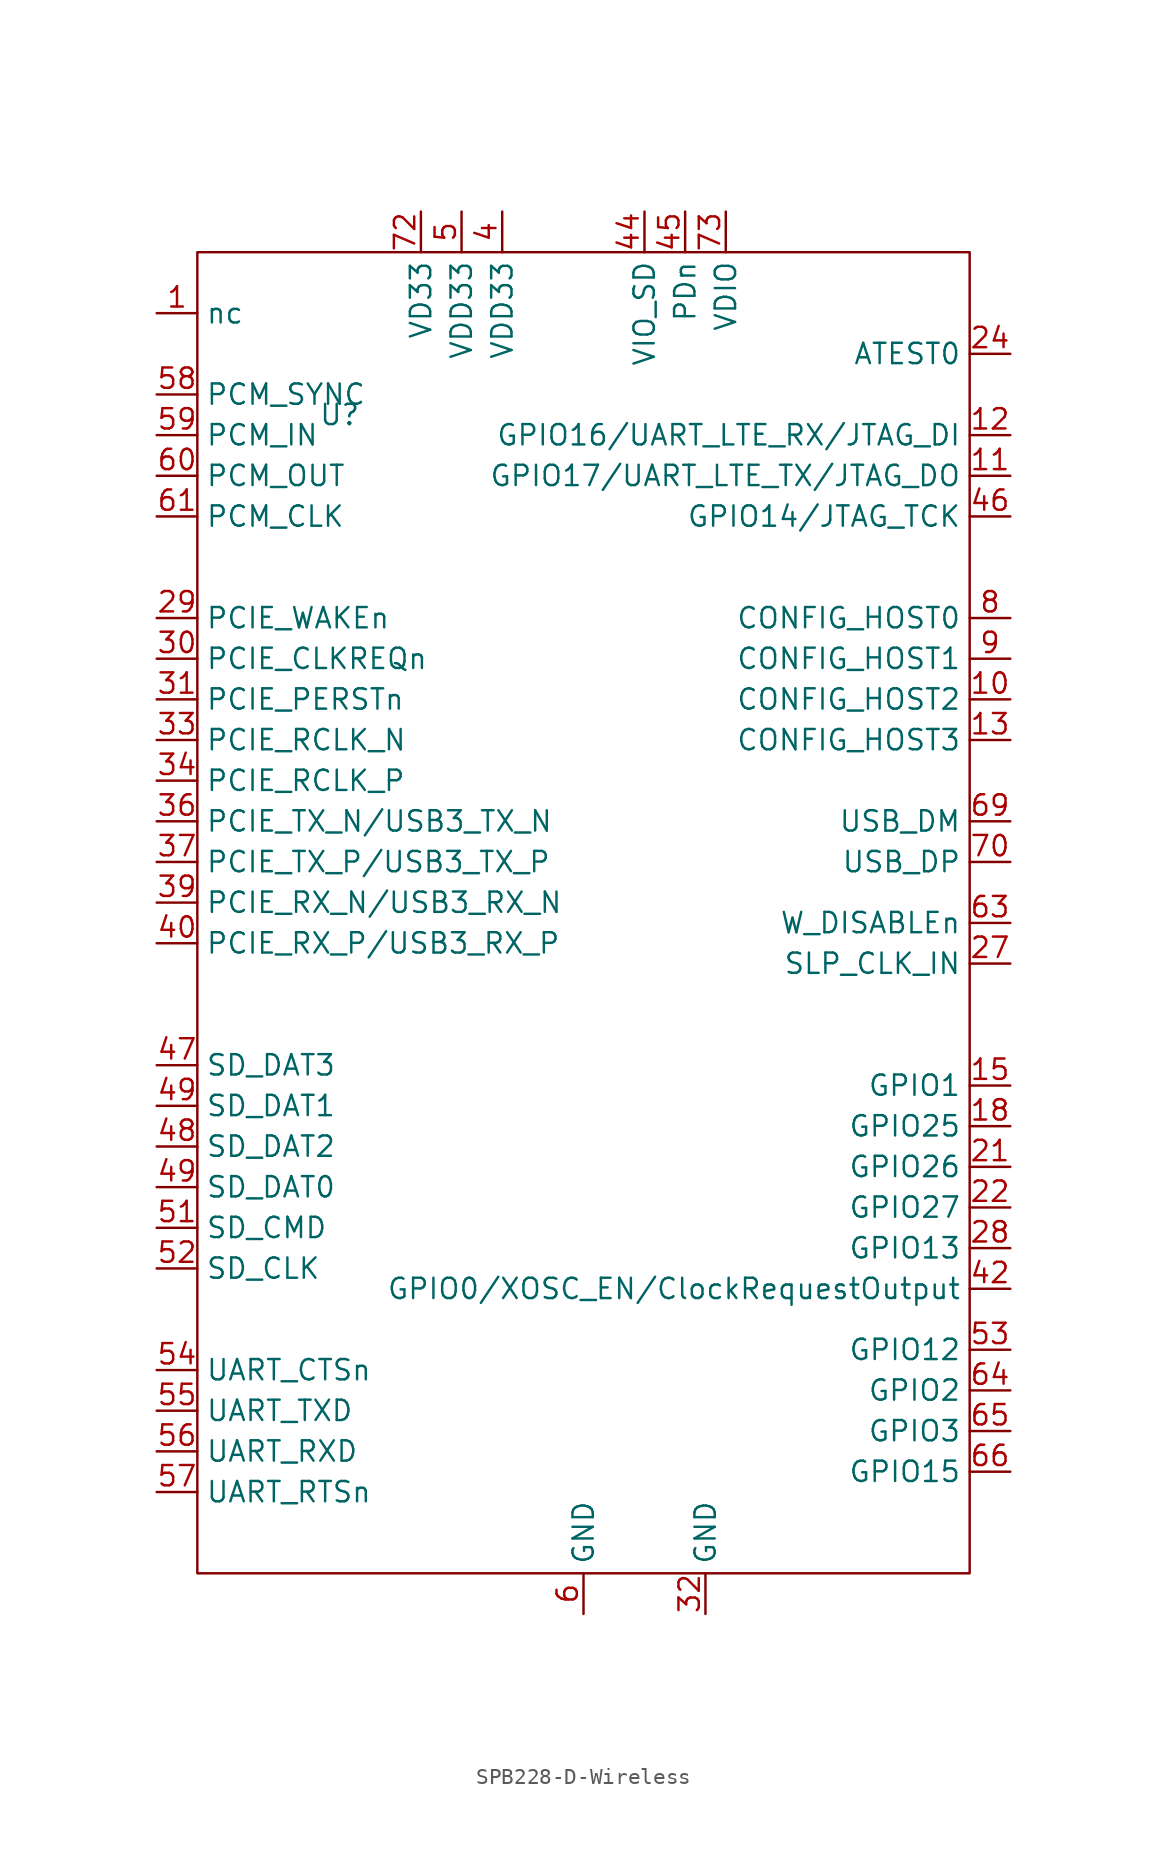
<source format=kicad_sym>
(kicad_symbol_lib
  (version 20231120)
  (generator "kicad_symbol_editor")
  (generator_version "8.0")
  (symbol "SPB228-D-Wireless"
    (property "Reference" "U"
      (at 0 0 0)
      (effects (font (size 1.27 1.27))))
    (property "Value" ""
      (at 0 0 0)
      (effects (font (size 1.27 1.27))))
    (symbol "SPB228-D-Wireless_0_1"
      (rectangle (start -8.89 10.16) (end 39.37 -72.39) (stroke (width 0) (type default)) (fill (type none))))
    (symbol "SPB228-D-Wireless_1_1"
      (pin input line (at -11.43 6.35 0) (length 2.54) (name "nc" (effects (font (size 1.27 1.27)))) (number "1" (effects (font (size 1.27 1.27)))))
      (pin input line (at 41.91 -17.78 180) (length 2.54) (name "CONFIG_HOST2" (effects (font (size 1.27 1.27)))) (number "10" (effects (font (size 1.27 1.27)))))
      (pin input line (at 41.91 -3.81 180) (length 2.54) (name "GPIO17/UART_LTE_TX/JTAG_DO" (effects (font (size 1.27 1.27)))) (number "11" (effects (font (size 1.27 1.27)))))
      (pin input line (at 41.91 -1.27 180) (length 2.54) (name "GPIO16/UART_LTE_RX/JTAG_DI" (effects (font (size 1.27 1.27)))) (number "12" (effects (font (size 1.27 1.27)))))
      (pin input line (at 41.91 -20.32 180) (length 2.54) (name "CONFIG_HOST3" (effects (font (size 1.27 1.27)))) (number "13" (effects (font (size 1.27 1.27)))))
      (pin input line (at -11.43 6.35 0) (length 2.54) hide (name "nc" (effects (font (size 1.27 1.27)))) (number "14" (effects (font (size 1.27 1.27)))))
      (pin input line (at 41.91 -41.91 180) (length 2.54) (name "GPIO1" (effects (font (size 1.27 1.27)))) (number "15" (effects (font (size 1.27 1.27)))))
      (pin input line (at -11.43 6.35 0) (length 2.54) hide (name "nc" (effects (font (size 1.27 1.27)))) (number "16" (effects (font (size 1.27 1.27)))))
      (pin input line (at 15.24 -74.93 90) (length 2.54) hide (name "GND" (effects (font (size 1.27 1.27)))) (number "17" (effects (font (size 1.27 1.27)))))
      (pin input line (at 41.91 -44.45 180) (length 2.54) (name "GPIO25" (effects (font (size 1.27 1.27)))) (number "18" (effects (font (size 1.27 1.27)))))
      (pin input line (at -11.43 6.35 0) (length 2.54) hide (name "nc" (effects (font (size 1.27 1.27)))) (number "19" (effects (font (size 1.27 1.27)))))
      (pin input line (at -11.43 6.35 0) (length 2.54) hide (name "nc" (effects (font (size 1.27 1.27)))) (number "2" (effects (font (size 1.27 1.27)))))
      (pin input line (at 15.24 -74.93 90) (length 2.54) hide (name "GND" (effects (font (size 1.27 1.27)))) (number "20" (effects (font (size 1.27 1.27)))))
      (pin input line (at 41.91 -46.99 180) (length 2.54) (name "GPIO26" (effects (font (size 1.27 1.27)))) (number "21" (effects (font (size 1.27 1.27)))))
      (pin input line (at 41.91 -49.53 180) (length 2.54) (name "GPIO27" (effects (font (size 1.27 1.27)))) (number "22" (effects (font (size 1.27 1.27)))))
      (pin input line (at 15.24 -74.93 90) (length 2.54) hide (name "GND" (effects (font (size 1.27 1.27)))) (number "23" (effects (font (size 1.27 1.27)))))
      (pin input line (at 41.91 3.81 180) (length 2.54) (name "ATEST0" (effects (font (size 1.27 1.27)))) (number "24" (effects (font (size 1.27 1.27)))))
      (pin input line (at -11.43 6.35 0) (length 2.54) hide (name "nc" (effects (font (size 1.27 1.27)))) (number "25" (effects (font (size 1.27 1.27)))))
      (pin input line (at 15.24 -74.93 90) (length 2.54) hide (name "GND" (effects (font (size 1.27 1.27)))) (number "26" (effects (font (size 1.27 1.27)))))
      (pin input line (at 41.91 -34.29 180) (length 2.54) (name "SLP_CLK_IN" (effects (font (size 1.27 1.27)))) (number "27" (effects (font (size 1.27 1.27)))))
      (pin input line (at 41.91 -52.07 180) (length 2.54) (name "GPIO13" (effects (font (size 1.27 1.27)))) (number "28" (effects (font (size 1.27 1.27)))))
      (pin input line (at -11.43 -12.7 0) (length 2.54) (name "PCIE_WAKEn" (effects (font (size 1.27 1.27)))) (number "29" (effects (font (size 1.27 1.27)))))
      (pin input line (at -11.43 6.35 0) (length 2.54) hide (name "nc" (effects (font (size 1.27 1.27)))) (number "3" (effects (font (size 1.27 1.27)))))
      (pin input line (at -11.43 -15.24 0) (length 2.54) (name "PCIE_CLKREQn" (effects (font (size 1.27 1.27)))) (number "30" (effects (font (size 1.27 1.27)))))
      (pin input line (at -11.43 -17.78 0) (length 2.54) (name "PCIE_PERSTn" (effects (font (size 1.27 1.27)))) (number "31" (effects (font (size 1.27 1.27)))))
      (pin input line (at 15.24 -74.93 90) (length 2.54) hide (name "GND" (effects (font (size 1.27 1.27)))) (number "32" (effects (font (size 1.27 1.27)))))
      (pin input line (at 22.86 -74.93 90) (length 2.54) (name "GND" (effects (font (size 1.27 1.27)))) (number "32" (effects (font (size 1.27 1.27)))))
      (pin input line (at -11.43 -20.32 0) (length 2.54) (name "PCIE_RCLK_N" (effects (font (size 1.27 1.27)))) (number "33" (effects (font (size 1.27 1.27)))))
      (pin input line (at -11.43 -22.86 0) (length 2.54) (name "PCIE_RCLK_P" (effects (font (size 1.27 1.27)))) (number "34" (effects (font (size 1.27 1.27)))))
      (pin input line (at 22.86 -74.93 90) (length 2.54) hide (name "GND" (effects (font (size 1.27 1.27)))) (number "35" (effects (font (size 1.27 1.27)))))
      (pin input line (at -11.43 -25.4 0) (length 2.54) (name "PCIE_TX_N/USB3_TX_N" (effects (font (size 1.27 1.27)))) (number "36" (effects (font (size 1.27 1.27)))))
      (pin input line (at -11.43 -27.94 0) (length 2.54) (name "PCIE_TX_P/USB3_TX_P" (effects (font (size 1.27 1.27)))) (number "37" (effects (font (size 1.27 1.27)))))
      (pin input line (at 22.86 -74.93 90) (length 2.54) hide (name "GND" (effects (font (size 1.27 1.27)))) (number "38" (effects (font (size 1.27 1.27)))))
      (pin input line (at -11.43 -30.48 0) (length 2.54) (name "PCIE_RX_N/USB3_RX_N" (effects (font (size 1.27 1.27)))) (number "39" (effects (font (size 1.27 1.27)))))
      (pin input line (at 10.16 12.7 270) (length 2.54) (name "VDD33" (effects (font (size 1.27 1.27)))) (number "4" (effects (font (size 1.27 1.27)))))
      (pin input line (at -11.43 -33.02 0) (length 2.54) (name "PCIE_RX_P/USB3_RX_P" (effects (font (size 1.27 1.27)))) (number "40" (effects (font (size 1.27 1.27)))))
      (pin input line (at 22.86 -74.93 90) (length 2.54) hide (name "GND" (effects (font (size 1.27 1.27)))) (number "41" (effects (font (size 1.27 1.27)))))
      (pin input line (at 41.91 -54.61 180) (length 2.54) (name "GPIO0/XOSC_EN/ClockRequestOutput" (effects (font (size 1.27 1.27)))) (number "42" (effects (font (size 1.27 1.27)))))
      (pin input line (at -11.43 6.35 0) (length 2.54) hide (name "nc" (effects (font (size 1.27 1.27)))) (number "43" (effects (font (size 1.27 1.27)))))
      (pin input line (at 19.05 12.7 270) (length 2.54) (name "VIO_SD" (effects (font (size 1.27 1.27)))) (number "44" (effects (font (size 1.27 1.27)))))
      (pin input line (at 21.59 12.7 270) (length 2.54) (name "PDn" (effects (font (size 1.27 1.27)))) (number "45" (effects (font (size 1.27 1.27)))))
      (pin input line (at 41.91 -6.35 180) (length 2.54) (name "GPIO14/JTAG_TCK" (effects (font (size 1.27 1.27)))) (number "46" (effects (font (size 1.27 1.27)))))
      (pin input line (at -11.43 -40.64 0) (length 2.54) (name "SD_DAT3" (effects (font (size 1.27 1.27)))) (number "47" (effects (font (size 1.27 1.27)))))
      (pin input line (at -11.43 -45.72 0) (length 2.54) (name "SD_DAT2" (effects (font (size 1.27 1.27)))) (number "48" (effects (font (size 1.27 1.27)))))
      (pin input line (at -11.43 -48.26 0) (length 2.54) (name "SD_DAT0" (effects (font (size 1.27 1.27)))) (number "49" (effects (font (size 1.27 1.27)))))
      (pin input line (at -11.43 -43.18 0) (length 2.54) (name "SD_DAT1" (effects (font (size 1.27 1.27)))) (number "49" (effects (font (size 1.27 1.27)))))
      (pin input line (at 7.62 12.7 270) (length 2.54) (name "VDD33" (effects (font (size 1.27 1.27)))) (number "5" (effects (font (size 1.27 1.27)))))
      (pin input line (at -11.43 -50.8 0) (length 2.54) (name "SD_CMD" (effects (font (size 1.27 1.27)))) (number "51" (effects (font (size 1.27 1.27)))))
      (pin input line (at -11.43 -53.34 0) (length 2.54) (name "SD_CLK" (effects (font (size 1.27 1.27)))) (number "52" (effects (font (size 1.27 1.27)))))
      (pin input line (at 41.91 -58.42 180) (length 2.54) (name "GPIO12" (effects (font (size 1.27 1.27)))) (number "53" (effects (font (size 1.27 1.27)))))
      (pin input line (at -11.43 -59.69 0) (length 2.54) (name "UART_CTSn" (effects (font (size 1.27 1.27)))) (number "54" (effects (font (size 1.27 1.27)))))
      (pin input line (at -11.43 -62.23 0) (length 2.54) (name "UART_TXD" (effects (font (size 1.27 1.27)))) (number "55" (effects (font (size 1.27 1.27)))))
      (pin input line (at -11.43 -64.77 0) (length 2.54) (name "UART_RXD" (effects (font (size 1.27 1.27)))) (number "56" (effects (font (size 1.27 1.27)))))
      (pin input line (at -11.43 -67.31 0) (length 2.54) (name "UART_RTSn" (effects (font (size 1.27 1.27)))) (number "57" (effects (font (size 1.27 1.27)))))
      (pin input line (at -11.43 1.27 0) (length 2.54) (name "PCM_SYNC" (effects (font (size 1.27 1.27)))) (number "58" (effects (font (size 1.27 1.27)))))
      (pin input line (at -11.43 -1.27 0) (length 2.54) (name "PCM_IN" (effects (font (size 1.27 1.27)))) (number "59" (effects (font (size 1.27 1.27)))))
      (pin input line (at 15.24 -74.93 90) (length 2.54) (name "GND" (effects (font (size 1.27 1.27)))) (number "6" (effects (font (size 1.27 1.27)))))
      (pin input line (at -11.43 -3.81 0) (length 2.54) (name "PCM_OUT" (effects (font (size 1.27 1.27)))) (number "60" (effects (font (size 1.27 1.27)))))
      (pin input line (at -11.43 -6.35 0) (length 2.54) (name "PCM_CLK" (effects (font (size 1.27 1.27)))) (number "61" (effects (font (size 1.27 1.27)))))
      (pin input line (at 15.24 -74.93 90) (length 2.54) hide (name "GND" (effects (font (size 1.27 1.27)))) (number "62" (effects (font (size 1.27 1.27)))))
      (pin input line (at 41.91 -31.75 180) (length 2.54) (name "W_DISABLEn" (effects (font (size 1.27 1.27)))) (number "63" (effects (font (size 1.27 1.27)))))
      (pin input line (at 41.91 -60.96 180) (length 2.54) (name "GPIO2" (effects (font (size 1.27 1.27)))) (number "64" (effects (font (size 1.27 1.27)))))
      (pin input line (at 41.91 -63.5 180) (length 2.54) (name "GPIO3" (effects (font (size 1.27 1.27)))) (number "65" (effects (font (size 1.27 1.27)))))
      (pin input line (at 41.91 -66.04 180) (length 2.54) (name "GPIO15" (effects (font (size 1.27 1.27)))) (number "66" (effects (font (size 1.27 1.27)))))
      (pin input line (at -11.43 6.35 0) (length 2.54) hide (name "nc" (effects (font (size 1.27 1.27)))) (number "67" (effects (font (size 1.27 1.27)))))
      (pin input line (at 15.24 -74.93 90) (length 2.54) hide (name "GND" (effects (font (size 1.27 1.27)))) (number "68" (effects (font (size 1.27 1.27)))))
      (pin input line (at 41.91 -25.4 180) (length 2.54) (name "USB_DM" (effects (font (size 1.27 1.27)))) (number "69" (effects (font (size 1.27 1.27)))))
      (pin input line (at -11.43 6.35 0) (length 2.54) hide (name "nc" (effects (font (size 1.27 1.27)))) (number "7" (effects (font (size 1.27 1.27)))))
      (pin input line (at 41.91 -27.94 180) (length 2.54) (name "USB_DP" (effects (font (size 1.27 1.27)))) (number "70" (effects (font (size 1.27 1.27)))))
      (pin input line (at 15.24 -74.93 90) (length 2.54) hide (name "GND" (effects (font (size 1.27 1.27)))) (number "71" (effects (font (size 1.27 1.27)))))
      (pin input line (at 5.08 12.7 270) (length 2.54) (name "VD33" (effects (font (size 1.27 1.27)))) (number "72" (effects (font (size 1.27 1.27)))))
      (pin input line (at 24.13 12.7 270) (length 2.54) (name "VDIO" (effects (font (size 1.27 1.27)))) (number "73" (effects (font (size 1.27 1.27)))))
      (pin input line (at 15.24 -74.93 90) (length 2.54) hide (name "GND" (effects (font (size 1.27 1.27)))) (number "74" (effects (font (size 1.27 1.27)))))
      (pin input line (at 15.24 -74.93 90) (length 2.54) hide (name "GND" (effects (font (size 1.27 1.27)))) (number "75" (effects (font (size 1.27 1.27)))))
      (pin input line (at 15.24 -74.93 90) (length 2.54) hide (name "GND" (effects (font (size 1.27 1.27)))) (number "75" (effects (font (size 1.27 1.27)))))
      (pin input line (at 15.24 -74.93 90) (length 2.54) hide (name "GND" (effects (font (size 1.27 1.27)))) (number "76" (effects (font (size 1.27 1.27)))))
      (pin input line (at 15.24 -74.93 90) (length 2.54) hide (name "GND" (effects (font (size 1.27 1.27)))) (number "77" (effects (font (size 1.27 1.27)))))
      (pin input line (at 15.24 -74.93 90) (length 2.54) hide (name "GND" (effects (font (size 1.27 1.27)))) (number "78" (effects (font (size 1.27 1.27)))))
      (pin input line (at 15.24 -74.93 90) (length 2.54) hide (name "GND" (effects (font (size 1.27 1.27)))) (number "79" (effects (font (size 1.27 1.27)))))
      (pin input line (at 41.91 -12.7 180) (length 2.54) (name "CONFIG_HOST0" (effects (font (size 1.27 1.27)))) (number "8" (effects (font (size 1.27 1.27)))))
      (pin input line (at 15.24 -74.93 90) (length 2.54) hide (name "GND" (effects (font (size 1.27 1.27)))) (number "80" (effects (font (size 1.27 1.27)))))
      (pin input line (at 15.24 -74.93 90) (length 2.54) hide (name "GND" (effects (font (size 1.27 1.27)))) (number "81" (effects (font (size 1.27 1.27)))))
      (pin input line (at 15.24 -74.93 90) (length 2.54) hide (name "GND" (effects (font (size 1.27 1.27)))) (number "82" (effects (font (size 1.27 1.27)))))
      (pin input line (at 15.24 -74.93 90) (length 2.54) hide (name "GND" (effects (font (size 1.27 1.27)))) (number "83" (effects (font (size 1.27 1.27)))))
      (pin input line (at 15.24 -74.93 90) (length 2.54) hide (name "GND" (effects (font (size 1.27 1.27)))) (number "84" (effects (font (size 1.27 1.27)))))
      (pin input line (at 15.24 -74.93 90) (length 2.54) hide (name "GND" (effects (font (size 1.27 1.27)))) (number "85" (effects (font (size 1.27 1.27)))))
      (pin input line (at 15.24 -74.93 90) (length 2.54) hide (name "GND" (effects (font (size 1.27 1.27)))) (number "86" (effects (font (size 1.27 1.27)))))
      (pin input line (at 15.24 -74.93 90) (length 2.54) hide (name "GND" (effects (font (size 1.27 1.27)))) (number "87" (effects (font (size 1.27 1.27)))))
      (pin input line (at 15.24 -74.93 90) (length 2.54) hide (name "GND" (effects (font (size 1.27 1.27)))) (number "89" (effects (font (size 1.27 1.27)))))
      (pin input line (at 41.91 -15.24 180) (length 2.54) (name "CONFIG_HOST1" (effects (font (size 1.27 1.27)))) (number "9" (effects (font (size 1.27 1.27)))))
      (pin input line (at 15.24 -74.93 90) (length 2.54) hide (name "GND" (effects (font (size 1.27 1.27)))) (number "90" (effects (font (size 1.27 1.27)))))
      (pin input line (at 15.24 -74.93 90) (length 2.54) hide (name "GND" (effects (font (size 1.27 1.27)))) (number "91" (effects (font (size 1.27 1.27)))))
      (pin input line (at 15.24 -74.93 90) (length 2.54) hide (name "GND" (effects (font (size 1.27 1.27)))) (number "92" (effects (font (size 1.27 1.27)))))
      (pin input line (at 15.24 -74.93 90) (length 2.54) hide (name "GND" (effects (font (size 1.27 1.27)))) (number "93" (effects (font (size 1.27 1.27)))))
      (pin input line (at 15.24 -74.93 90) (length 2.54) hide (name "GND" (effects (font (size 1.27 1.27)))) (number "94" (effects (font (size 1.27 1.27)))))
      (pin input line (at 15.24 -74.93 90) (length 2.54) hide (name "GND" (effects (font (size 1.27 1.27)))) (number "95" (effects (font (size 1.27 1.27)))))
      (pin input line (at 15.24 -74.93 90) (length 2.54) hide (name "GND" (effects (font (size 1.27 1.27)))) (number "96" (effects (font (size 1.27 1.27))))))))
</source>
